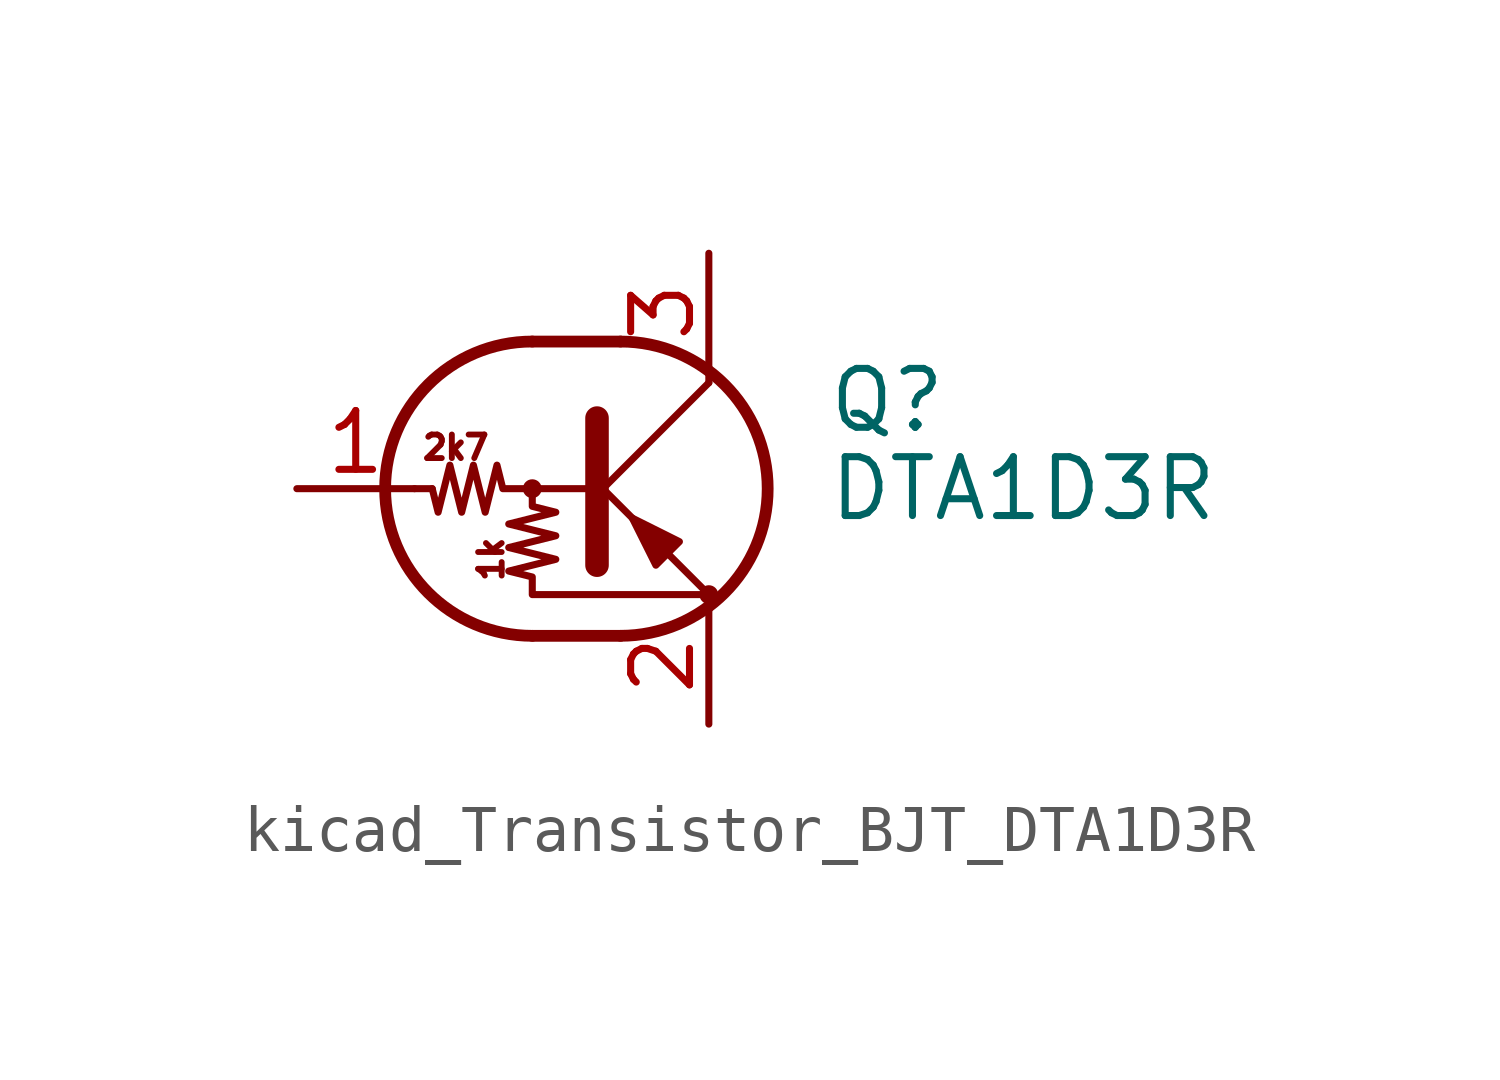
<source format=kicad_sym>
(kicad_symbol_lib
  (version 20220914)
  (generator kicad_symbol_editor)
  (symbol "kicad_Transistor_BJT_DTA1D3R"
    (pin_names
      (offset 0) hide)
    (property "Reference" "Q"
      (at 5.08 1.905 0)
      (effects (font (size 1.27 1.27)) (justify left)))
    (property "Value" "DTA1D3R"
      (at 5.08 0 0)
      (effects (font (size 1.27 1.27)) (justify left)))
    (symbol "kicad_Transistor_BJT_DTA1D3R_0_0"
      (text "1k" (at -2.159 -1.524 900) (effects (font (size 0.508 0.508))))
      (text "2k7" (at -2.921 0.889 0) (effects (font (size 0.508 0.508)))))
    (symbol "kicad_Transistor_BJT_DTA1D3R_0_1"
      (circle (center -1.27 0) (radius 0.127) (stroke (width 0) (type default)) (fill (type none)))
      (arc (start -1.27 3.175) (mid -4.4312 0) (end -1.27 -3.175) (stroke (width 0.254) (type default)) (fill (type none)))
      (polyline (pts (xy -3.429 0) (xy -3.81 0)) (stroke (width 0) (type default)) (fill (type none)))
      (polyline (pts (xy -1.27 -3.175) (xy 0.635 -3.175)) (stroke (width 0.254) (type default)) (fill (type none)))
      (polyline (pts (xy -1.27 3.175) (xy 0.635 3.175)) (stroke (width 0.254) (type default)) (fill (type none)))
      (polyline (pts (xy 0 -0.254) (xy 2.54 2.286)) (stroke (width 0) (type default)) (fill (type none)))
      (polyline (pts (xy 0.127 1.524) (xy 0.127 -1.651)) (stroke (width 0.508) (type default)) (fill (type outline)))
      (polyline (pts (xy 2.54 2.286) (xy 2.54 2.54)) (stroke (width 0) (type default)) (fill (type none)))
      (polyline (pts (xy 2.54 -2.286) (xy 0 0.254) (xy 0 0.254)) (stroke (width 0) (type default)) (fill (type none)))
      (polyline (pts (xy 1.397 -1.651) (xy 1.905 -1.143) (xy 0.889 -0.635) (xy 1.397 -1.651)) (stroke (width 0) (type default)) (fill (type outline)))
      (polyline (pts (xy 0 0) (xy -1.905 0) (xy -2.032 0.508) (xy -2.286 -0.508) (xy -2.54 0.508) (xy -2.794 -0.508) (xy -3.048 0.508) (xy -3.302 -0.508) (xy -3.429 0)) (stroke (width 0) (type default)) (fill (type none)))
      (polyline (pts (xy -1.27 0) (xy -1.27 -0.381) (xy -0.762 -0.508) (xy -1.778 -0.762) (xy -0.762 -1.016) (xy -1.778 -1.27) (xy -0.762 -1.524) (xy -1.778 -1.778) (xy -1.27 -1.905) (xy -1.27 -2.286) (xy 2.54 -2.286)) (stroke (width 0) (type default)) (fill (type none)))
      (arc (start 0.635 -3.175) (mid 3.7962 0) (end 0.635 3.175) (stroke (width 0.254) (type default)) (fill (type none)))
      (circle (center 2.54 -2.286) (radius 0.127) (stroke (width 0) (type default)) (fill (type none))))
    (symbol "kicad_Transistor_BJT_DTA1D3R_1_1"
      (pin input line (at -6.35 0 0) (length 2.54) (name "B" (effects (font (size 1.27 1.27)))) (number "1" (effects (font (size 1.27 1.27)))))
      (pin passive line (at 2.54 -5.08 90) (length 2.54) (name "E" (effects (font (size 1.27 1.27)))) (number "2" (effects (font (size 1.27 1.27)))))
      (pin passive line (at 2.54 5.08 270) (length 2.54) (name "C" (effects (font (size 1.27 1.27)))) (number "3" (effects (font (size 1.27 1.27))))))))
</source>
